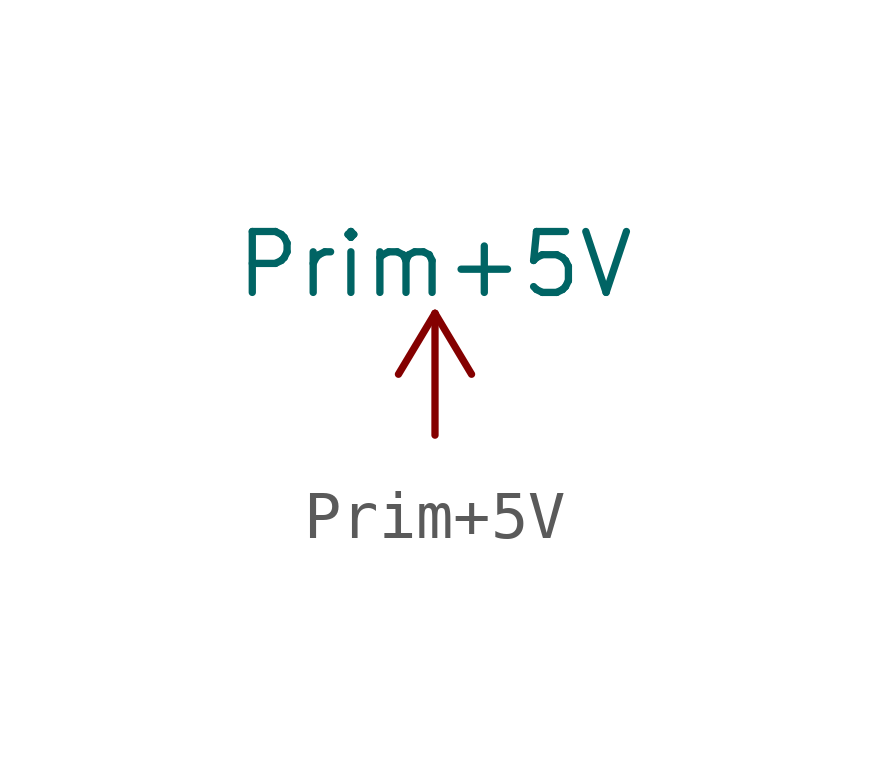
<source format=kicad_sym>
(kicad_symbol_lib
  (version 20220914)
  (generator kicad_symbol_editor)
  (symbol "Prim+5V"
    (power)
    (pin_names
      (offset 0))
    (property "Reference" "#PWR"
      (at 0 -3.81 0)
      (effects (font (size 1.27 1.27)) hide))
    (property "Value" "Prim+5V"
      (at 0 3.556 0)
      (effects (font (size 1.27 1.27))))
    (symbol "Prim+5V_0_1"
      (polyline (pts (xy -0.762 1.27) (xy 0 2.54)) (stroke (width 0) (type default)) (fill (type none)))
      (polyline (pts (xy 0 0) (xy 0 2.54)) (stroke (width 0) (type default)) (fill (type none)))
      (polyline (pts (xy 0 2.54) (xy 0.762 1.27)) (stroke (width 0) (type default)) (fill (type none))))
    (symbol "Prim+5V_1_1"
      (pin power_in line (at 0 0 90) (length 0) hide (name "Prim+5V" (effects (font (size 1.27 1.27)))) (number "1" (effects (font (size 1.27 1.27))))))))
</source>
